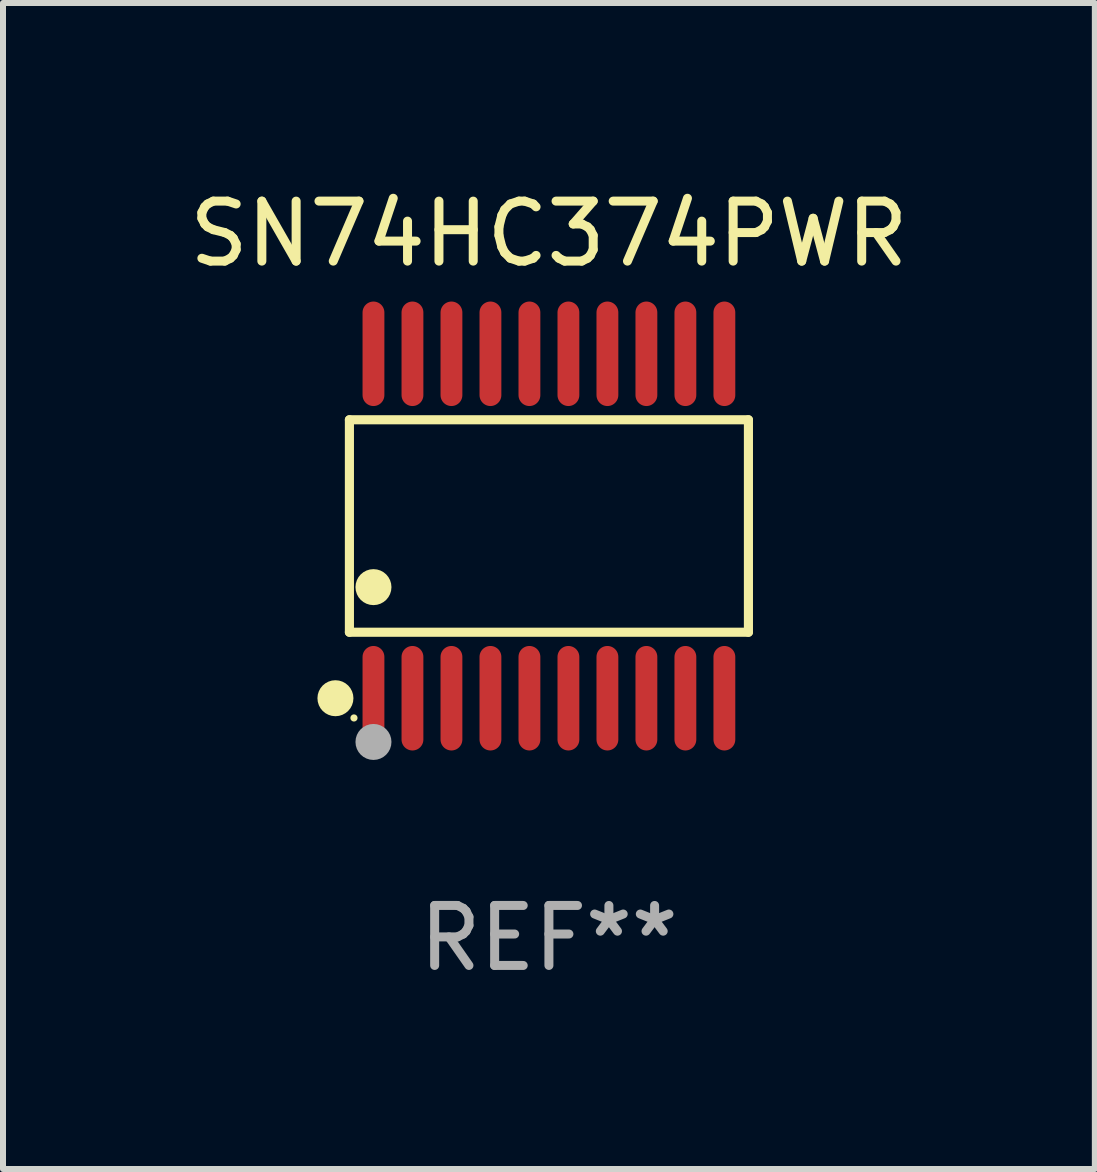
<source format=kicad_pcb>
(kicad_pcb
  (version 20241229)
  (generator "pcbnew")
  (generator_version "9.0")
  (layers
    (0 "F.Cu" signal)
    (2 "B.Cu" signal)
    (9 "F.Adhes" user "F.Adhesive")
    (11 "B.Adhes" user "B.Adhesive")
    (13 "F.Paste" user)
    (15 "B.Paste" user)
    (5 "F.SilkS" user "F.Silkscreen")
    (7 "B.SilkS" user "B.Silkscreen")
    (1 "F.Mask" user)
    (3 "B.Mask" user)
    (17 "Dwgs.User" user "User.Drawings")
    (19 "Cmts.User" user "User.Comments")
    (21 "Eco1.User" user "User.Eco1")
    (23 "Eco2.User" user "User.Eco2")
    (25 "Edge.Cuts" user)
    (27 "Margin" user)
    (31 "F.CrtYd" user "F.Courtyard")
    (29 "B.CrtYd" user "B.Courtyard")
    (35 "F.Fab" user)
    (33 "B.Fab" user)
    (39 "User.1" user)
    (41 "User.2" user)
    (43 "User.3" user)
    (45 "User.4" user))
  (footprint "SN74HC374PWR"
    (layer "F.Cu")
    (at 6.101 5.719)
    (property "Reference" "SN74HC374PWR" (at 0 -4.871 0) (layer "F.SilkS") (effects (font (size 1 1) (thickness 0.15))))
    (attr through_hole)
    (fp_line (start -3.326 -1.771) (end 3.326 -1.771) (stroke (width 0.152) (type solid)) (layer "F.SilkS"))
    (fp_line (start -3.326 1.771) (end -3.326 -1.771) (stroke (width 0.152) (type solid)) (layer "F.SilkS"))
    (fp_line (start 3.326 -1.771) (end 3.326 1.771) (stroke (width 0.152) (type solid)) (layer "F.SilkS"))
    (fp_line (start 3.326 1.771) (end -3.326 1.771) (stroke (width 0.152) (type solid)) (layer "F.SilkS"))
    (fp_circle (center -3.559 2.871) (end -3.409 2.871) (stroke (width 0.3) (type solid)) (fill no) (layer "F.SilkS"))
    (fp_circle (center -3.25 3.2) (end -3.22 3.2) (stroke (width 0.06) (type solid)) (fill no) (layer "F.SilkS"))
    (fp_circle (center -2.925 1.019) (end -2.775 1.019) (stroke (width 0.3) (type solid)) (fill no) (layer "F.SilkS"))
    (fp_circle (center -2.925 3.6) (end -2.775 3.6) (stroke (width 0.3) (type solid)) (fill no) (layer "F.Fab"))
    (fp_text user "REF**" (at 0 6.871 0) (layer "F.Fab") (effects (font (size 1 1) (thickness 0.15))))
    (pad "1" smd oval (at -2.925 2.871) (size 0.364 1.742) (layers "F.Cu" "F.Mask" "F.Paste"))
    (pad "2" smd oval (at -2.275 2.871) (size 0.364 1.742) (layers "F.Cu" "F.Mask" "F.Paste"))
    (pad "3" smd oval (at -1.625 2.871) (size 0.364 1.742) (layers "F.Cu" "F.Mask" "F.Paste"))
    (pad "4" smd oval (at -0.975 2.871) (size 0.364 1.742) (layers "F.Cu" "F.Mask" "F.Paste"))
    (pad "5" smd oval (at -0.325 2.871) (size 0.364 1.742) (layers "F.Cu" "F.Mask" "F.Paste"))
    (pad "6" smd oval (at 0.325 2.871) (size 0.364 1.742) (layers "F.Cu" "F.Mask" "F.Paste"))
    (pad "7" smd oval (at 0.975 2.871) (size 0.364 1.742) (layers "F.Cu" "F.Mask" "F.Paste"))
    (pad "8" smd oval (at 1.625 2.871) (size 0.364 1.742) (layers "F.Cu" "F.Mask" "F.Paste"))
    (pad "9" smd oval (at 2.275 2.871) (size 0.364 1.742) (layers "F.Cu" "F.Mask" "F.Paste"))
    (pad "10" smd oval (at 2.925 2.871) (size 0.364 1.742) (layers "F.Cu" "F.Mask" "F.Paste"))
    (pad "11" smd oval (at 2.925 -2.871) (size 0.364 1.742) (layers "F.Cu" "F.Mask" "F.Paste"))
    (pad "12" smd oval (at 2.275 -2.871) (size 0.364 1.742) (layers "F.Cu" "F.Mask" "F.Paste"))
    (pad "13" smd oval (at 1.625 -2.871) (size 0.364 1.742) (layers "F.Cu" "F.Mask" "F.Paste"))
    (pad "14" smd oval (at 0.975 -2.871) (size 0.364 1.742) (layers "F.Cu" "F.Mask" "F.Paste"))
    (pad "15" smd oval (at 0.325 -2.871) (size 0.364 1.742) (layers "F.Cu" "F.Mask" "F.Paste"))
    (pad "16" smd oval (at -0.325 -2.871) (size 0.364 1.742) (layers "F.Cu" "F.Mask" "F.Paste"))
    (pad "17" smd oval (at -0.975 -2.871) (size 0.364 1.742) (layers "F.Cu" "F.Mask" "F.Paste"))
    (pad "18" smd oval (at -1.625 -2.871) (size 0.364 1.742) (layers "F.Cu" "F.Mask" "F.Paste"))
    (pad "19" smd oval (at -2.275 -2.871) (size 0.364 1.742) (layers "F.Cu" "F.Mask" "F.Paste"))
    (pad "20" smd oval (at -2.925 -2.871) (size 0.364 1.742) (layers "F.Cu" "F.Mask" "F.Paste")))
  (gr_rect
    (start -3 -3)
    (end 15.202 16.438)
    (stroke (width 0.1) (type default))
    (fill no)
    (layer "Edge.Cuts")))
</source>
